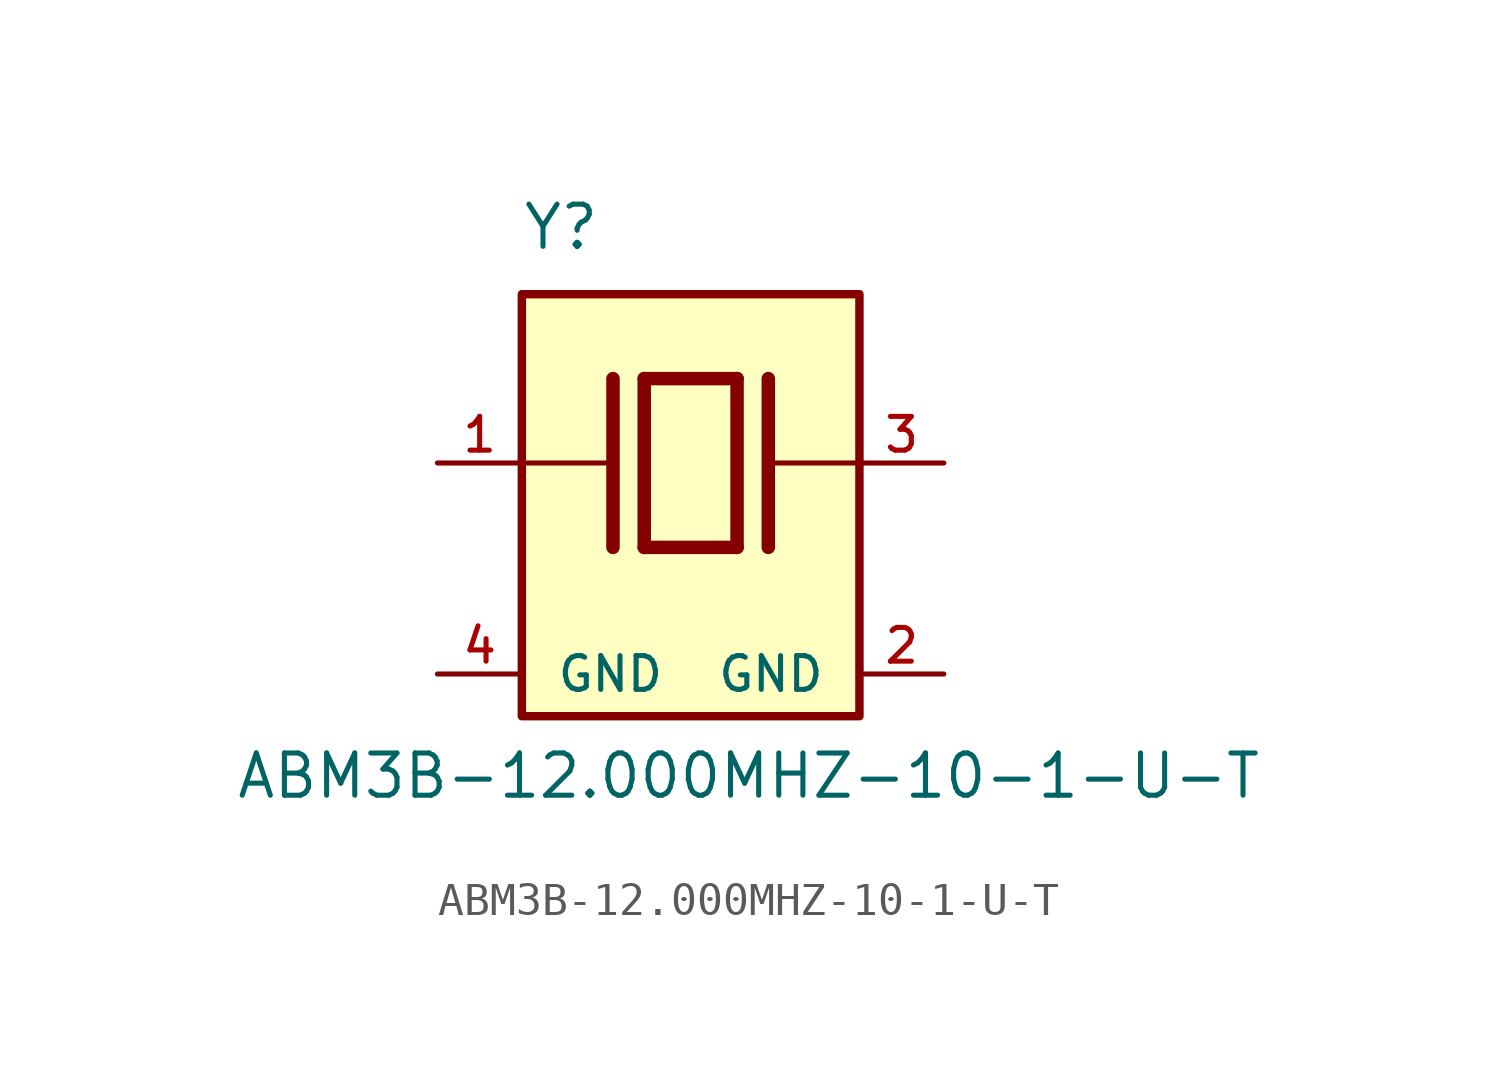
<source format=kicad_sym>
(kicad_symbol_lib
  (version 20241209)
  (generator "kicad_symbol_editor")
  (generator_version "9.0")
  (symbol "ABM3B-12.000MHZ-10-1-U-T"
    (pin_names
      (offset 1.016))
    (property "Reference" "Y"
      (at -5.088 6.356 0)
      (effects (font (size 1.27 1.27)) (justify left bottom)))
    (property "Value" "ABM3B-12.000MHZ-10-1-U-T"
      (at -13.716 -10.16 0)
      (effects (font (size 1.27 1.27)) (justify left bottom)))
    (symbol "ABM3B-12.000MHZ-10-1-U-T_0_0"
      (rectangle (start -5.08 5.08) (end 5.08 -7.62) (stroke (width 0.254) (type default)) (fill (type background)))
      (polyline (pts (xy -5.08 0) (xy -2.54 0)) (stroke (width 0.152) (type default)) (fill (type none)))
      (polyline (pts (xy -2.337 2.54) (xy -2.337 -2.54)) (stroke (width 0.406) (type default)) (fill (type none)))
      (polyline (pts (xy -1.397 2.54) (xy -1.397 -2.54)) (stroke (width 0.406) (type default)) (fill (type none)))
      (polyline (pts (xy -1.397 2.54) (xy 1.397 2.54)) (stroke (width 0.406) (type default)) (fill (type none)))
      (polyline (pts (xy 1.397 2.54) (xy 1.397 -2.54)) (stroke (width 0.406) (type default)) (fill (type none)))
      (polyline (pts (xy 1.397 -2.54) (xy -1.397 -2.54)) (stroke (width 0.406) (type default)) (fill (type none)))
      (polyline (pts (xy 2.337 2.54) (xy 2.337 -2.54)) (stroke (width 0.406) (type default)) (fill (type none)))
      (polyline (pts (xy 2.54 0) (xy 5.08 0)) (stroke (width 0.152) (type default)) (fill (type none)))
      (pin passive line (at -7.62 0 0) (length 2.54) (name "~" (effects (font (size 1.016 1.016)))) (number "1" (effects (font (size 1.016 1.016)))))
      (pin passive line (at 7.62 0 180) (length 2.54) (name "~" (effects (font (size 1.016 1.016)))) (number "3" (effects (font (size 1.016 1.016)))))
      (pin power_in line (at 7.62 -6.35 180) (length 2.54) (name "GND" (effects (font (size 1.016 1.016)))) (number "2" (effects (font (size 1.016 1.016))))))
    (symbol "ABM3B-12.000MHZ-10-1-U-T_1_0"
      (pin power_in line (at -7.62 -6.35 0) (length 2.54) (name "GND" (effects (font (size 1.016 1.016)))) (number "4" (effects (font (size 1.016 1.016))))))))
</source>
